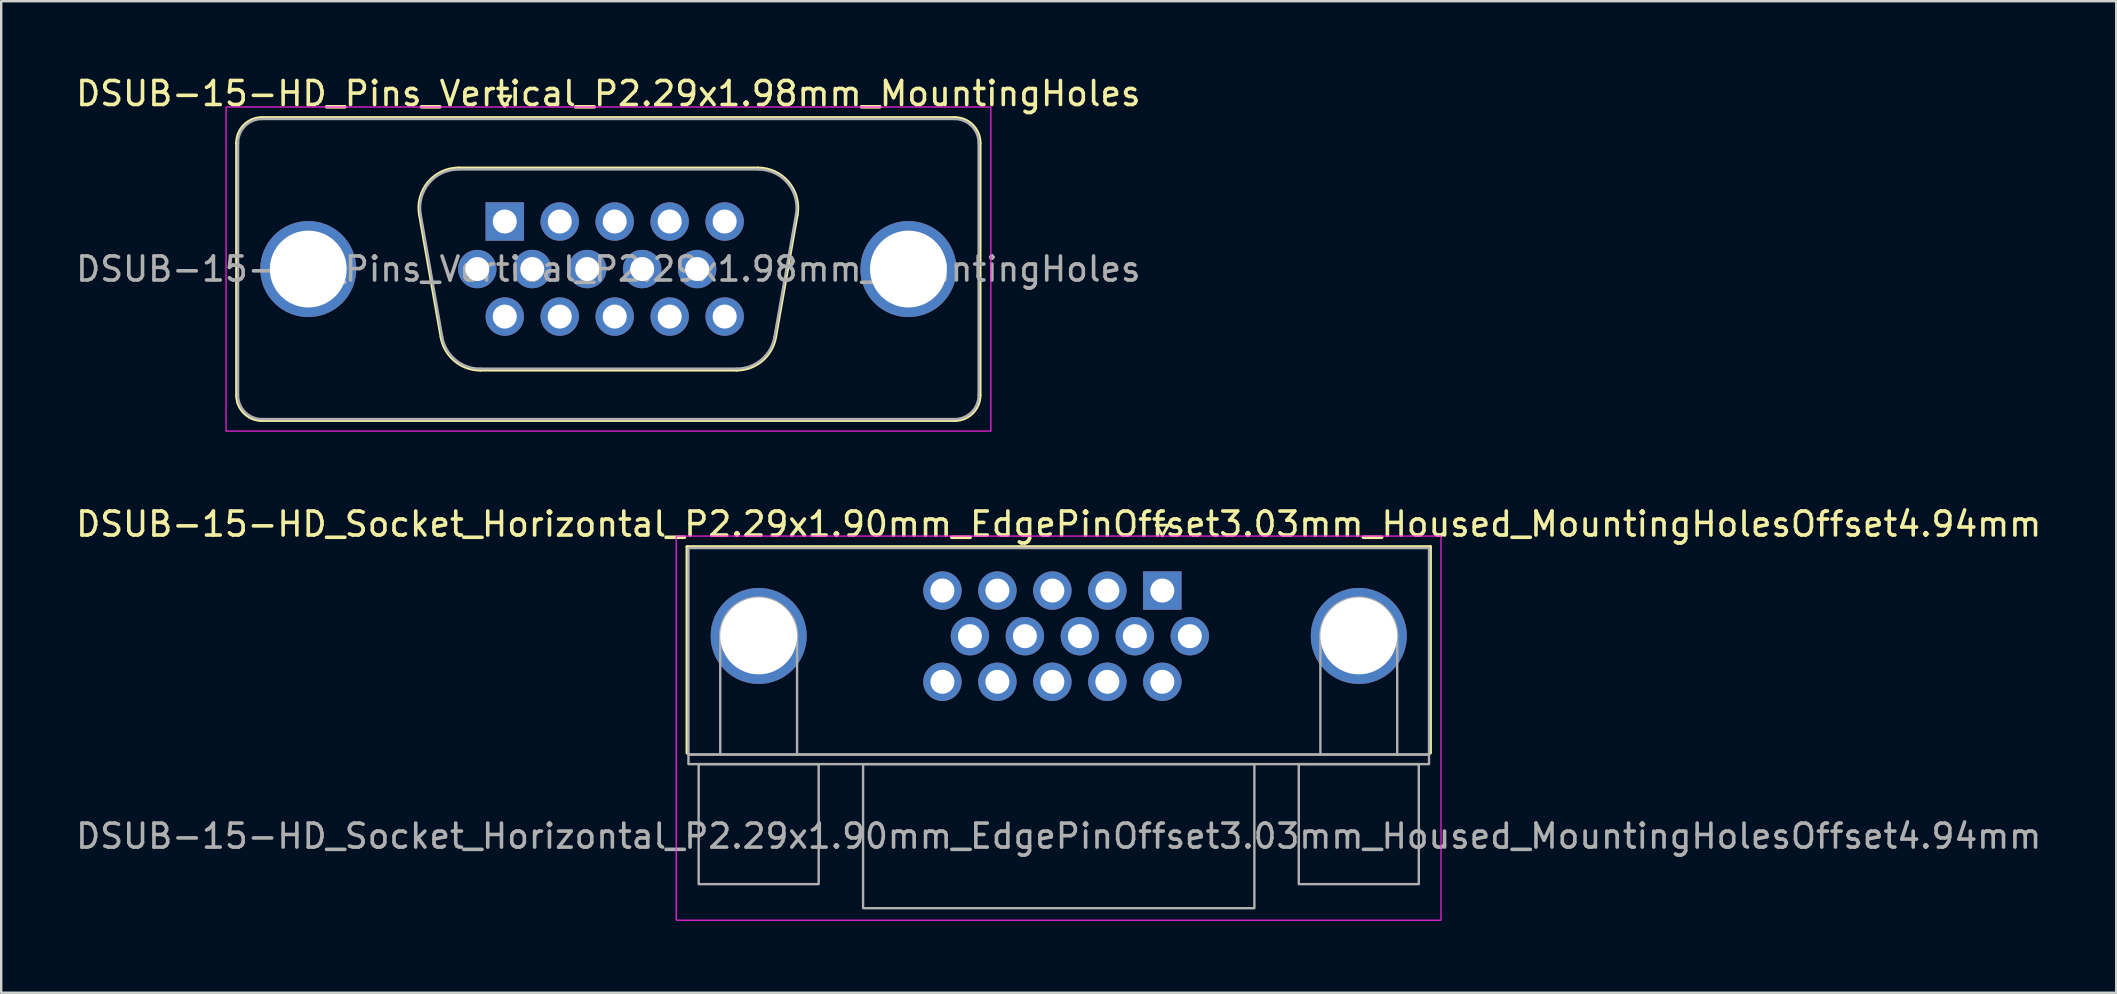
<source format=kicad_pcb>
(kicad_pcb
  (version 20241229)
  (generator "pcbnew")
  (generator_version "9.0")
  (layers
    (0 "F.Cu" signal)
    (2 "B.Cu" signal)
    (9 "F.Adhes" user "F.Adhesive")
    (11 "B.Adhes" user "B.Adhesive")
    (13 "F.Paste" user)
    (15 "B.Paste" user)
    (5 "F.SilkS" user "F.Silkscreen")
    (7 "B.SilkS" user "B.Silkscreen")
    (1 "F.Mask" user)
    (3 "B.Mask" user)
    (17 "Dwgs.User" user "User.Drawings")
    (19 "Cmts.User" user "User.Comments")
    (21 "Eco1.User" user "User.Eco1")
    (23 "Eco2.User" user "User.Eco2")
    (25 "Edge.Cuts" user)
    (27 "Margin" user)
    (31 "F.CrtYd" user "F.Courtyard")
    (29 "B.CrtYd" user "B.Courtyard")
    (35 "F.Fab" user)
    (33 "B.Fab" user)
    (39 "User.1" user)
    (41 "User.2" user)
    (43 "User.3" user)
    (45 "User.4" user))
  (footprint "DSUB-15-HD_Socket_Horizontal_P2.29x1.90mm_EdgePinOffset3.03mm_Housed_MountingHolesOffset4.94mm"
    (layer "F.Cu")
    (at 45.369 21.552)
    (property "Reference" "DSUB-15-HD_Socket_Horizontal_P2.29x1.90mm_EdgePinOffset3.03mm_Housed_MountingHolesOffset4.94mm" (at -4.315 -2.77 0) (layer "F.SilkS") (effects (font (size 1 1) (thickness 0.15))))
    (attr through_hole)
    (fp_line (start -19.8 -1.83) (end 11.17 -1.83) (stroke (width 0.12) (type solid)) (layer "F.SilkS"))
    (fp_line (start -19.8 6.77) (end -19.8 -1.83) (stroke (width 0.12) (type solid)) (layer "F.SilkS"))
    (fp_line (start -0.25 -2.724) (end 0.25 -2.724) (stroke (width 0.12) (type solid)) (layer "F.SilkS"))
    (fp_line (start 0 -2.291) (end -0.25 -2.724) (stroke (width 0.12) (type solid)) (layer "F.SilkS"))
    (fp_line (start 0.25 -2.724) (end 0 -2.291) (stroke (width 0.12) (type solid)) (layer "F.SilkS"))
    (fp_line (start 11.17 -1.83) (end 11.17 6.77) (stroke (width 0.12) (type solid)) (layer "F.SilkS"))
    (fp_rect (start -20.25 -2.27) (end 11.61 13.73) (stroke (width 0.05) (type solid)) (fill no) (layer "F.CrtYd"))
    (fp_line (start -18.415 6.83) (end -18.415 1.89) (stroke (width 0.1) (type solid)) (layer "F.Fab"))
    (fp_line (start -15.215 6.83) (end -15.215 1.89) (stroke (width 0.1) (type solid)) (layer "F.Fab"))
    (fp_line (start 6.585 6.83) (end 6.585 1.89) (stroke (width 0.1) (type solid)) (layer "F.Fab"))
    (fp_line (start 9.785 6.83) (end 9.785 1.89) (stroke (width 0.1) (type solid)) (layer "F.Fab"))
    (fp_rect (start -19.74 -1.77) (end 11.11 6.83) (stroke (width 0.1) (type solid)) (fill no) (layer "F.Fab"))
    (fp_rect (start -19.74 6.83) (end 11.11 7.23) (stroke (width 0.1) (type solid)) (fill no) (layer "F.Fab"))
    (fp_rect (start -19.315 7.23) (end -14.315 12.23) (stroke (width 0.1) (type solid)) (fill no) (layer "F.Fab"))
    (fp_rect (start -12.465 7.23) (end 3.835 13.23) (stroke (width 0.1) (type solid)) (fill no) (layer "F.Fab"))
    (fp_rect (start 5.685 7.23) (end 10.685 12.23) (stroke (width 0.1) (type solid)) (fill no) (layer "F.Fab"))
    (fp_arc (start -18.415 1.89) (mid -16.815 0.29) (end -15.215 1.89) (stroke (width 0.1) (type solid)) (layer "F.Fab"))
    (fp_arc (start 6.585 1.89) (mid 8.185 0.29) (end 9.785 1.89) (stroke (width 0.1) (type solid)) (layer "F.Fab"))
    (fp_text user "${REFERENCE}" (at -4.315 10.23 0) (layer "F.Fab") (effects (font (size 1 1) (thickness 0.15))))
    (pad "1" thru_hole rect (at 0 0) (size 1.6 1.6) (drill 1) (layers "*.Cu" "*.Mask"))
    (pad "2" thru_hole circle (at -2.29 0) (size 1.6 1.6) (drill 1) (layers "*.Cu" "*.Mask"))
    (pad "3" thru_hole circle (at -4.58 0) (size 1.6 1.6) (drill 1) (layers "*.Cu" "*.Mask"))
    (pad "4" thru_hole circle (at -6.87 0) (size 1.6 1.6) (drill 1) (layers "*.Cu" "*.Mask"))
    (pad "5" thru_hole circle (at -9.16 0) (size 1.6 1.6) (drill 1) (layers "*.Cu" "*.Mask"))
    (pad "6" thru_hole circle (at 1.145 1.9) (size 1.6 1.6) (drill 1) (layers "*.Cu" "*.Mask"))
    (pad "7" thru_hole circle (at -1.145 1.9) (size 1.6 1.6) (drill 1) (layers "*.Cu" "*.Mask"))
    (pad "8" thru_hole circle (at -3.435 1.9) (size 1.6 1.6) (drill 1) (layers "*.Cu" "*.Mask"))
    (pad "9" thru_hole circle (at -5.725 1.9) (size 1.6 1.6) (drill 1) (layers "*.Cu" "*.Mask"))
    (pad "10" thru_hole circle (at -8.015 1.9) (size 1.6 1.6) (drill 1) (layers "*.Cu" "*.Mask"))
    (pad "11" thru_hole circle (at 0 3.8) (size 1.6 1.6) (drill 1) (layers "*.Cu" "*.Mask"))
    (pad "12" thru_hole circle (at -2.29 3.8) (size 1.6 1.6) (drill 1) (layers "*.Cu" "*.Mask"))
    (pad "13" thru_hole circle (at -4.58 3.8) (size 1.6 1.6) (drill 1) (layers "*.Cu" "*.Mask"))
    (pad "14" thru_hole circle (at -6.87 3.8) (size 1.6 1.6) (drill 1) (layers "*.Cu" "*.Mask"))
    (pad "15" thru_hole circle (at -9.16 3.8) (size 1.6 1.6) (drill 1) (layers "*.Cu" "*.Mask"))
    (pad "SH" thru_hole circle (at -16.815 1.89) (size 4 4) (drill 3.2) (layers "*.Cu" "*.Mask"))
    (pad "SH" thru_hole circle (at 8.185 1.89) (size 4 4) (drill 3.2) (layers "*.Cu" "*.Mask")))
  (footprint "DSUB-15-HD_Pins_Vertical_P2.29x1.98mm_MountingHoles"
    (layer "F.Cu")
    (at 17.977 6.178)
    (property "Reference" "DSUB-15-HD_Pins_Vertical_P2.29x1.98mm_MountingHoles" (at 4.315 -5.33 0) (layer "F.SilkS") (effects (font (size 1 1) (thickness 0.15))))
    (attr through_hole)
    (fp_line (start -11.17 7.23) (end -11.17 -3.27) (stroke (width 0.12) (type solid)) (layer "F.SilkS"))
    (fp_line (start -10.11 -4.33) (end 18.74 -4.33) (stroke (width 0.12) (type solid)) (layer "F.SilkS"))
    (fp_line (start -2.652 4.818) (end -3.551 -0.282) (stroke (width 0.12) (type solid)) (layer "F.SilkS"))
    (fp_line (start -1.917 -2.23) (end 10.547 -2.23) (stroke (width 0.12) (type solid)) (layer "F.SilkS"))
    (fp_line (start -0.25 -5.224) (end 0.25 -5.224) (stroke (width 0.12) (type solid)) (layer "F.SilkS"))
    (fp_line (start 0 -4.791) (end -0.25 -5.224) (stroke (width 0.12) (type solid)) (layer "F.SilkS"))
    (fp_line (start 0.25 -5.224) (end 0 -4.791) (stroke (width 0.12) (type solid)) (layer "F.SilkS"))
    (fp_line (start 9.647 6.19) (end -1.017 6.19) (stroke (width 0.12) (type solid)) (layer "F.SilkS"))
    (fp_line (start 12.181 -0.282) (end 11.282 4.818) (stroke (width 0.12) (type solid)) (layer "F.SilkS"))
    (fp_line (start 18.74 8.29) (end -10.11 8.29) (stroke (width 0.12) (type solid)) (layer "F.SilkS"))
    (fp_line (start 19.8 -3.27) (end 19.8 7.23) (stroke (width 0.12) (type solid)) (layer "F.SilkS"))
    (fp_arc (start -11.17 -3.27) (mid -10.859533 -4.019533) (end -10.11 -4.33) (stroke (width 0.12) (type solid)) (layer "F.SilkS"))
    (fp_arc (start -10.11 8.29) (mid -10.859533 7.979533) (end -11.17 7.23) (stroke (width 0.12) (type solid)) (layer "F.SilkS"))
    (fp_arc (start -3.55147 -0.281744) (mid -3.188323 -1.637027) (end -1.916689 -2.23) (stroke (width 0.12) (type solid)) (layer "F.SilkS"))
    (fp_arc (start -1.017421 6.19) (mid -2.084449 5.801634) (end -2.652202 4.818256) (stroke (width 0.12) (type solid)) (layer "F.SilkS"))
    (fp_arc (start 10.546689 -2.23) (mid 11.818323 -1.637027) (end 12.18147 -0.281744) (stroke (width 0.12) (type solid)) (layer "F.SilkS"))
    (fp_arc (start 11.282202 4.818256) (mid 10.714449 5.801634) (end 9.647421 6.19) (stroke (width 0.12) (type solid)) (layer "F.SilkS"))
    (fp_arc (start 18.74 -4.33) (mid 19.489533 -4.019533) (end 19.8 -3.27) (stroke (width 0.12) (type solid)) (layer "F.SilkS"))
    (fp_arc (start 19.8 7.23) (mid 19.489533 7.979533) (end 18.74 8.29) (stroke (width 0.12) (type solid)) (layer "F.SilkS"))
    (fp_rect (start -11.61 -4.77) (end 20.25 8.73) (stroke (width 0.05) (type solid)) (fill no) (layer "F.CrtYd"))
    (fp_line (start -11.11 7.23) (end -11.11 -3.27) (stroke (width 0.1) (type solid)) (layer "F.Fab"))
    (fp_line (start -10.11 -4.27) (end 18.74 -4.27) (stroke (width 0.1) (type solid)) (layer "F.Fab"))
    (fp_line (start -2.605 4.808) (end -3.504 -0.292) (stroke (width 0.1) (type solid)) (layer "F.Fab"))
    (fp_line (start -1.928 -2.17) (end 10.558 -2.17) (stroke (width 0.1) (type solid)) (layer "F.Fab"))
    (fp_line (start 9.659 6.13) (end -1.029 6.13) (stroke (width 0.1) (type solid)) (layer "F.Fab"))
    (fp_line (start 12.134 -0.292) (end 11.235 4.808) (stroke (width 0.1) (type solid)) (layer "F.Fab"))
    (fp_line (start 18.74 8.23) (end -10.11 8.23) (stroke (width 0.1) (type solid)) (layer "F.Fab"))
    (fp_line (start 19.74 -3.27) (end 19.74 7.23) (stroke (width 0.1) (type solid)) (layer "F.Fab"))
    (fp_arc (start -11.11 -3.27) (mid -10.817107 -3.977107) (end -10.11 -4.27) (stroke (width 0.1) (type solid)) (layer "F.Fab"))
    (fp_arc (start -10.11 8.23) (mid -10.817107 7.937107) (end -11.11 7.23) (stroke (width 0.1) (type solid)) (layer "F.Fab"))
    (fp_arc (start -3.503887 -0.292163) (mid -3.153865 -1.59846) (end -1.928194 -2.17) (stroke (width 0.1) (type solid)) (layer "F.Fab"))
    (fp_arc (start -1.028927 6.13) (mid -2.057387 5.755671) (end -2.604619 4.807837) (stroke (width 0.1) (type solid)) (layer "F.Fab"))
    (fp_arc (start 10.558194 -2.17) (mid 11.783865 -1.59846) (end 12.133887 -0.292163) (stroke (width 0.1) (type solid)) (layer "F.Fab"))
    (fp_arc (start 11.234619 4.807837) (mid 10.687387 5.755671) (end 9.658927 6.13) (stroke (width 0.1) (type solid)) (layer "F.Fab"))
    (fp_arc (start 18.74 -4.27) (mid 19.447107 -3.977107) (end 19.74 -3.27) (stroke (width 0.1) (type solid)) (layer "F.Fab"))
    (fp_arc (start 19.74 7.23) (mid 19.447107 7.937107) (end 18.74 8.23) (stroke (width 0.1) (type solid)) (layer "F.Fab"))
    (fp_text user "${REFERENCE}" (at 4.315 1.98 0) (layer "F.Fab") (effects (font (size 1 1) (thickness 0.15))))
    (pad "1" thru_hole rect (at 0 0) (size 1.6 1.6) (drill 1) (layers "*.Cu" "*.Mask"))
    (pad "2" thru_hole circle (at 2.29 0) (size 1.6 1.6) (drill 1) (layers "*.Cu" "*.Mask"))
    (pad "3" thru_hole circle (at 4.58 0) (size 1.6 1.6) (drill 1) (layers "*.Cu" "*.Mask"))
    (pad "4" thru_hole circle (at 6.87 0) (size 1.6 1.6) (drill 1) (layers "*.Cu" "*.Mask"))
    (pad "5" thru_hole circle (at 9.16 0) (size 1.6 1.6) (drill 1) (layers "*.Cu" "*.Mask"))
    (pad "6" thru_hole circle (at -1.145 1.98) (size 1.6 1.6) (drill 1) (layers "*.Cu" "*.Mask"))
    (pad "7" thru_hole circle (at 1.145 1.98) (size 1.6 1.6) (drill 1) (layers "*.Cu" "*.Mask"))
    (pad "8" thru_hole circle (at 3.435 1.98) (size 1.6 1.6) (drill 1) (layers "*.Cu" "*.Mask"))
    (pad "9" thru_hole circle (at 5.725 1.98) (size 1.6 1.6) (drill 1) (layers "*.Cu" "*.Mask"))
    (pad "10" thru_hole circle (at 8.015 1.98) (size 1.6 1.6) (drill 1) (layers "*.Cu" "*.Mask"))
    (pad "11" thru_hole circle (at 0 3.96) (size 1.6 1.6) (drill 1) (layers "*.Cu" "*.Mask"))
    (pad "12" thru_hole circle (at 2.29 3.96) (size 1.6 1.6) (drill 1) (layers "*.Cu" "*.Mask"))
    (pad "13" thru_hole circle (at 4.58 3.96) (size 1.6 1.6) (drill 1) (layers "*.Cu" "*.Mask"))
    (pad "14" thru_hole circle (at 6.87 3.96) (size 1.6 1.6) (drill 1) (layers "*.Cu" "*.Mask"))
    (pad "15" thru_hole circle (at 9.16 3.96) (size 1.6 1.6) (drill 1) (layers "*.Cu" "*.Mask"))
    (pad "SH" thru_hole circle (at -8.185 1.98) (size 4 4) (drill 3.2) (layers "*.Cu" "*.Mask"))
    (pad "SH" thru_hole circle (at 16.815 1.98) (size 4 4) (drill 3.2) (layers "*.Cu" "*.Mask")))
  (gr_rect
    (start -3 -3)
    (end 85.107 38.306)
    (stroke (width 0.1) (type default))
    (fill no)
    (layer "Edge.Cuts")))
</source>
